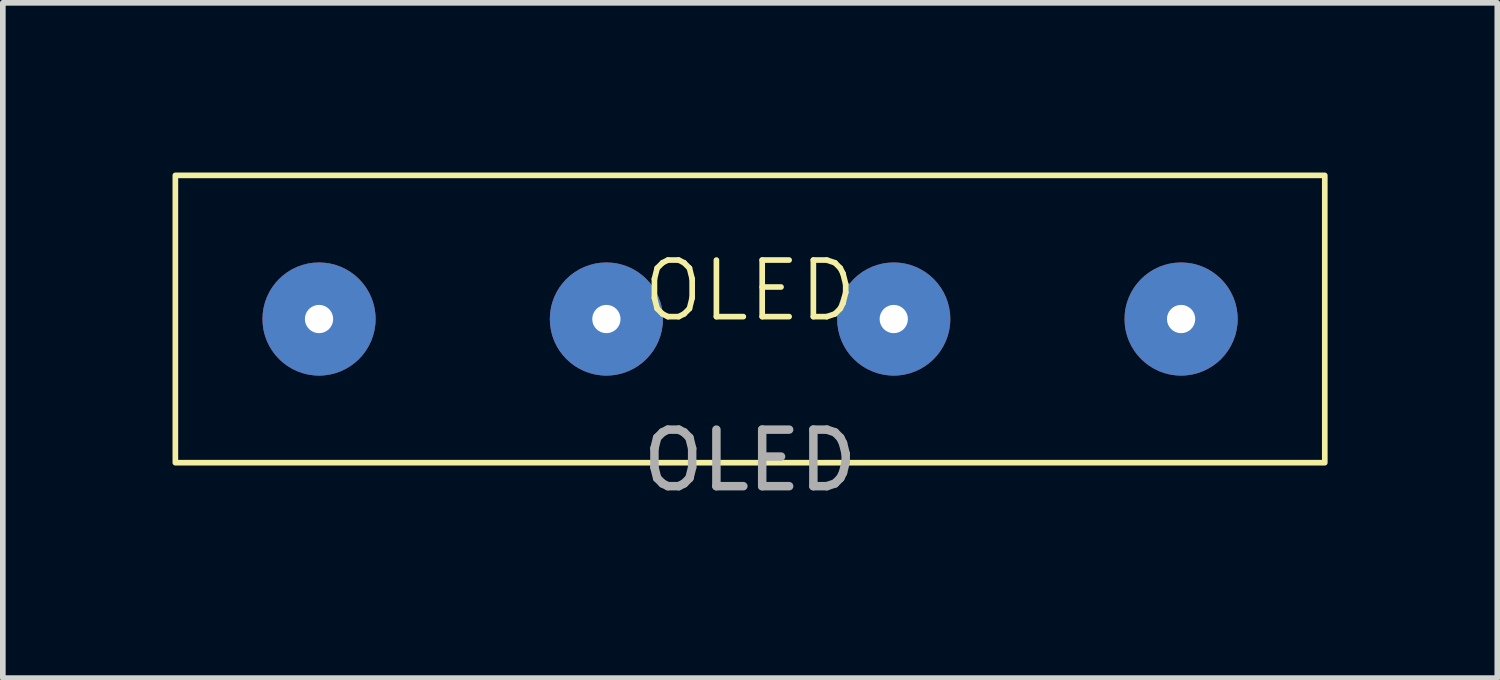
<source format=kicad_pcb>
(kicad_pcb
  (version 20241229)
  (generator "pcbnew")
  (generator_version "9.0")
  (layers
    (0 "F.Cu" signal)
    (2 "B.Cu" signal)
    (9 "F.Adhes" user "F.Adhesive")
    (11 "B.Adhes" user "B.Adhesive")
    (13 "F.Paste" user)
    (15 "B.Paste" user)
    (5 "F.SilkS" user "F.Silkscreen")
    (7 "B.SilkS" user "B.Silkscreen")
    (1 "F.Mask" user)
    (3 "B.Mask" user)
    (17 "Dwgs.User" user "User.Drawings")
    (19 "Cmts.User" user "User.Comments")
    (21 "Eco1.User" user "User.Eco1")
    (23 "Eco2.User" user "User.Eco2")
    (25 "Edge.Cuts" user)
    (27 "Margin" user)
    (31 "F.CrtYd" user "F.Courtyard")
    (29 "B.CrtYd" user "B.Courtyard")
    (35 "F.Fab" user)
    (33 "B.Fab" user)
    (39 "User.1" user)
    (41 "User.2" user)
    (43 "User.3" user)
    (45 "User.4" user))
  (footprint "OLED"
    (layer "F.Cu")
    (at 10.21 2.59)
    (property "Reference" "OLED" (at 0 -0.5 0) (unlocked yes) (layer "F.SilkS") (effects (font (size 1 1) (thickness 0.1))))
    (attr through_hole)
    (fp_rect (start -10.16 -2.54) (end 10.16 2.54) (stroke (width 0.1) (type default)) (fill no) (layer "F.SilkS"))
    (fp_text user "${REFERENCE}" (at 0 2.5 0) (unlocked yes) (layer "F.Fab") (effects (font (size 1 1) (thickness 0.15))))
    (pad "1" thru_hole circle (at -7.62 0) (size 2 2) (drill 0.5) (layers "*.Cu" "*.Mask"))
    (pad "2" thru_hole circle (at -2.54 0) (size 2 2) (drill 0.5) (layers "*.Cu" "*.Mask"))
    (pad "3" thru_hole circle (at 2.54 0) (size 2 2) (drill 0.5) (layers "*.Cu" "*.Mask"))
    (pad "4" thru_hole circle (at 7.62 0) (size 2 2) (drill 0.5) (layers "*.Cu" "*.Mask"))
    (zone (net_name "") (layer "F.SilkS") (hatch edge 0.5) (connect_pads) (min_thickness 0.25) (filled_areas_thickness no) (keepout (tracks not_allowed) (vias not_allowed) (pads not_allowed) (copperpour allowed) (footprints allowed)) (placement (enabled no)) (fill) (polygon (pts (xy 20.37 5.13) (xy 0.05 5.13) (xy 0.05 0.05) (xy 20.37 0.05)))))
  (gr_rect
    (start -3 -3)
    (end 23.42 8.938)
    (stroke (width 0.1) (type default))
    (fill no)
    (layer "Edge.Cuts")))
</source>
